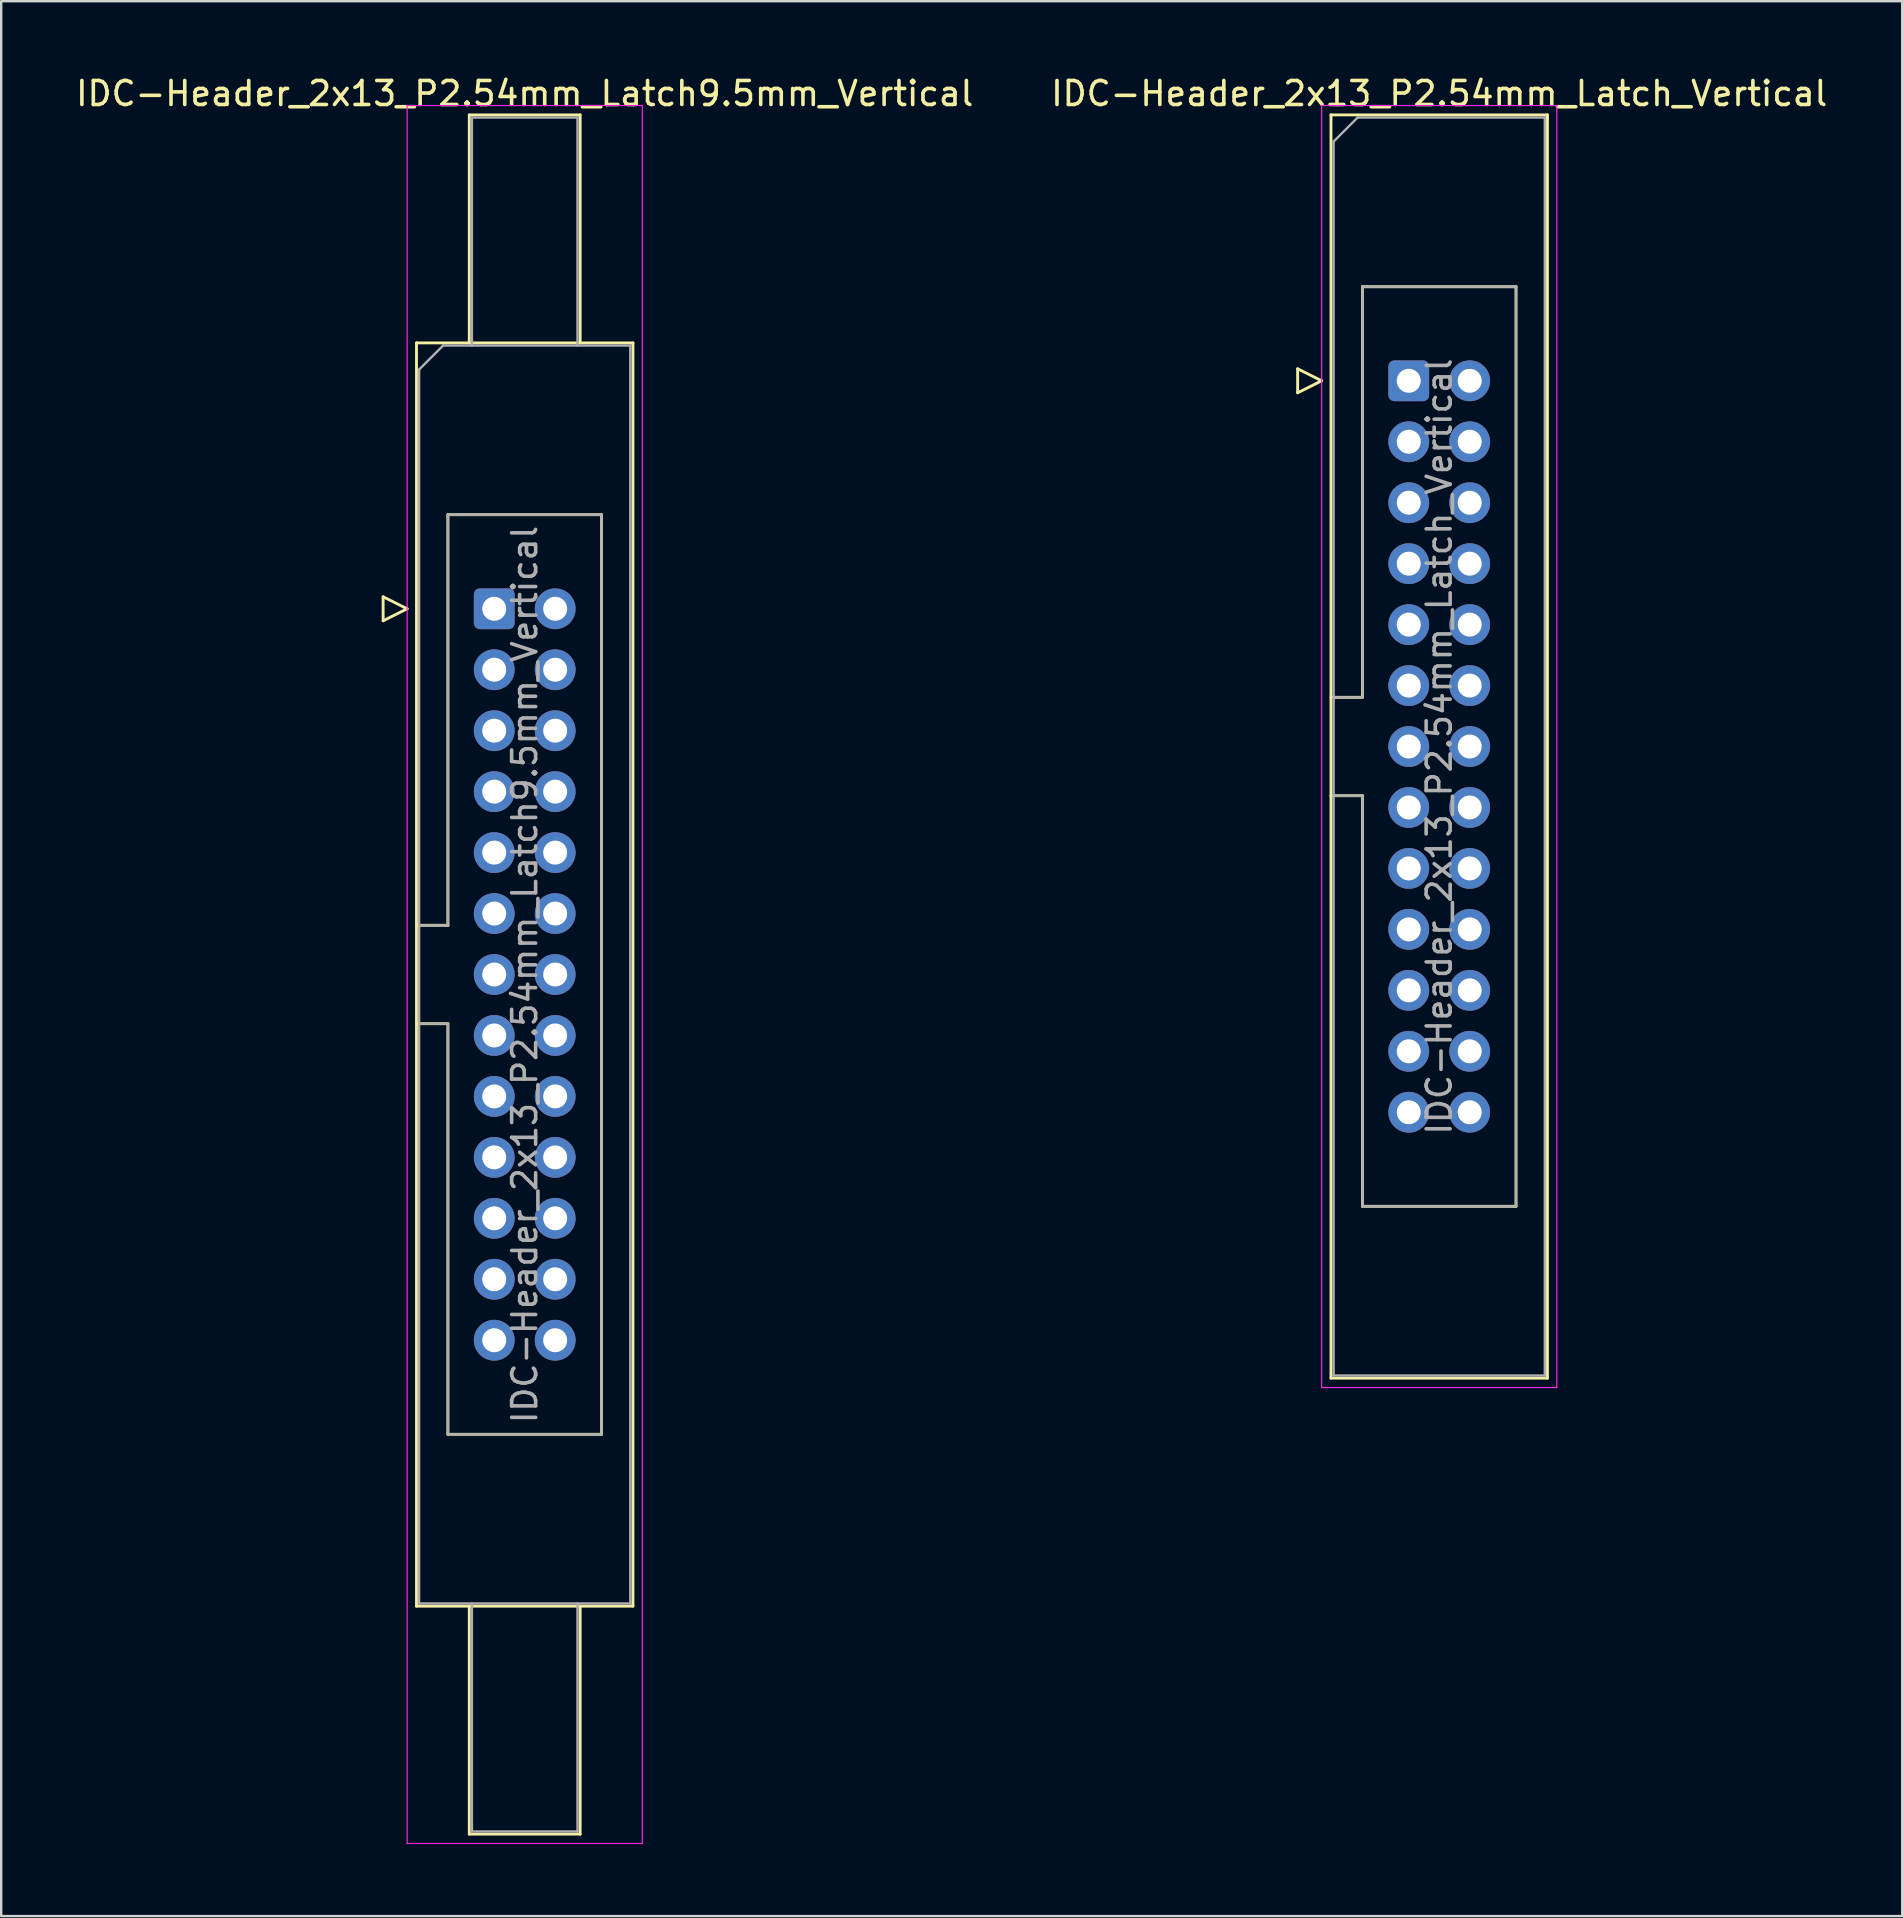
<source format=kicad_pcb>
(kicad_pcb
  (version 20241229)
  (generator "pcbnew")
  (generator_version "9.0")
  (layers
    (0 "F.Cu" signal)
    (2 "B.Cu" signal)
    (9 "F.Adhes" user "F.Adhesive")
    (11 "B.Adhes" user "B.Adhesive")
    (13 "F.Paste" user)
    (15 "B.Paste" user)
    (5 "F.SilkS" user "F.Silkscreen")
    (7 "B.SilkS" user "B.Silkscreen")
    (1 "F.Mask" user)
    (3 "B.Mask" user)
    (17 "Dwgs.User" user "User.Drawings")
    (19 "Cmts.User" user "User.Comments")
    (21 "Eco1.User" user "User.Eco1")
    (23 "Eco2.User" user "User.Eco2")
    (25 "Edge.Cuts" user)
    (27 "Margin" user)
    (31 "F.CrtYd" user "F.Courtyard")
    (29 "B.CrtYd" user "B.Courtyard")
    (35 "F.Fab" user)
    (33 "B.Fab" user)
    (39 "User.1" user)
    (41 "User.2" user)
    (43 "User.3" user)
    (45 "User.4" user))
  (footprint "IDC-Header_2x13_P2.54mm_Latch9.5mm_Vertical"
    (layer "F.Cu")
    (at 17.545 22.318)
    (property "Reference" "IDC-Header_2x13_P2.54mm_Latch9.5mm_Vertical" (at 1.27 -21.47 0) (layer "F.SilkS") (effects (font (size 1 1) (thickness 0.15))))
    (attr through_hole)
    (fp_line (start -4.63 -0.5) (end -4.63 0.5) (stroke (width 0.12) (type solid)) (layer "F.SilkS"))
    (fp_line (start -4.63 0.5) (end -3.63 0) (stroke (width 0.12) (type solid)) (layer "F.SilkS"))
    (fp_line (start -3.63 0) (end -4.63 -0.5) (stroke (width 0.12) (type solid)) (layer "F.SilkS"))
    (fp_line (start -3.24 -11.08) (end 5.78 -11.08) (stroke (width 0.12) (type solid)) (layer "F.SilkS"))
    (fp_line (start -3.24 13.19) (end -1.93 13.19) (stroke (width 0.12) (type solid)) (layer "F.SilkS"))
    (fp_line (start -3.24 41.56) (end -3.24 -11.08) (stroke (width 0.12) (type solid)) (layer "F.SilkS"))
    (fp_line (start -1.93 -3.92) (end 4.47 -3.92) (stroke (width 0.12) (type solid)) (layer "F.SilkS"))
    (fp_line (start -1.93 13.19) (end -1.93 -3.92) (stroke (width 0.12) (type solid)) (layer "F.SilkS"))
    (fp_line (start -1.93 17.29) (end -3.24 17.29) (stroke (width 0.12) (type solid)) (layer "F.SilkS"))
    (fp_line (start -1.93 34.4) (end -1.93 17.29) (stroke (width 0.12) (type solid)) (layer "F.SilkS"))
    (fp_line (start -1.04 -20.58) (end 3.58 -20.58) (stroke (width 0.12) (type solid)) (layer "F.SilkS"))
    (fp_line (start -1.04 -11.08) (end -1.04 -20.58) (stroke (width 0.12) (type solid)) (layer "F.SilkS"))
    (fp_line (start -1.04 41.56) (end -1.04 51.06) (stroke (width 0.12) (type solid)) (layer "F.SilkS"))
    (fp_line (start -1.04 51.06) (end 3.58 51.06) (stroke (width 0.12) (type solid)) (layer "F.SilkS"))
    (fp_line (start 3.58 -20.58) (end 3.58 -11.08) (stroke (width 0.12) (type solid)) (layer "F.SilkS"))
    (fp_line (start 3.58 51.06) (end 3.58 41.56) (stroke (width 0.12) (type solid)) (layer "F.SilkS"))
    (fp_line (start 4.47 -3.92) (end 4.47 34.4) (stroke (width 0.12) (type solid)) (layer "F.SilkS"))
    (fp_line (start 4.47 34.4) (end -1.93 34.4) (stroke (width 0.12) (type solid)) (layer "F.SilkS"))
    (fp_line (start 5.78 -11.08) (end 5.78 41.56) (stroke (width 0.12) (type solid)) (layer "F.SilkS"))
    (fp_line (start 5.78 41.56) (end -3.24 41.56) (stroke (width 0.12) (type solid)) (layer "F.SilkS"))
    (fp_line (start -3.63 -20.97) (end -3.63 51.45) (stroke (width 0.05) (type solid)) (layer "F.CrtYd"))
    (fp_line (start -3.63 51.45) (end 6.17 51.45) (stroke (width 0.05) (type solid)) (layer "F.CrtYd"))
    (fp_line (start 6.17 -20.97) (end -3.63 -20.97) (stroke (width 0.05) (type solid)) (layer "F.CrtYd"))
    (fp_line (start 6.17 51.45) (end 6.17 -20.97) (stroke (width 0.05) (type solid)) (layer "F.CrtYd"))
    (fp_line (start -3.13 -9.97) (end -2.13 -10.97) (stroke (width 0.1) (type solid)) (layer "F.Fab"))
    (fp_line (start -3.13 13.19) (end -1.93 13.19) (stroke (width 0.1) (type solid)) (layer "F.Fab"))
    (fp_line (start -3.13 41.45) (end -3.13 -9.97) (stroke (width 0.1) (type solid)) (layer "F.Fab"))
    (fp_line (start -2.13 -10.97) (end 5.67 -10.97) (stroke (width 0.1) (type solid)) (layer "F.Fab"))
    (fp_line (start -1.93 -3.92) (end 4.47 -3.92) (stroke (width 0.1) (type solid)) (layer "F.Fab"))
    (fp_line (start -1.93 13.19) (end -1.93 -3.92) (stroke (width 0.1) (type solid)) (layer "F.Fab"))
    (fp_line (start -1.93 17.29) (end -3.13 17.29) (stroke (width 0.1) (type solid)) (layer "F.Fab"))
    (fp_line (start -1.93 34.4) (end -1.93 17.29) (stroke (width 0.1) (type solid)) (layer "F.Fab"))
    (fp_line (start -0.93 -20.47) (end 3.47 -20.47) (stroke (width 0.1) (type solid)) (layer "F.Fab"))
    (fp_line (start -0.93 -10.97) (end -0.93 -20.47) (stroke (width 0.1) (type solid)) (layer "F.Fab"))
    (fp_line (start -0.93 41.45) (end -0.93 50.95) (stroke (width 0.1) (type solid)) (layer "F.Fab"))
    (fp_line (start -0.93 50.95) (end 3.47 50.95) (stroke (width 0.1) (type solid)) (layer "F.Fab"))
    (fp_line (start 3.47 -20.47) (end 3.47 -10.97) (stroke (width 0.1) (type solid)) (layer "F.Fab"))
    (fp_line (start 3.47 50.95) (end 3.47 41.45) (stroke (width 0.1) (type solid)) (layer "F.Fab"))
    (fp_line (start 4.47 -3.92) (end 4.47 34.4) (stroke (width 0.1) (type solid)) (layer "F.Fab"))
    (fp_line (start 4.47 34.4) (end -1.93 34.4) (stroke (width 0.1) (type solid)) (layer "F.Fab"))
    (fp_line (start 5.67 -10.97) (end 5.67 41.45) (stroke (width 0.1) (type solid)) (layer "F.Fab"))
    (fp_line (start 5.67 41.45) (end -3.13 41.45) (stroke (width 0.1) (type solid)) (layer "F.Fab"))
    (fp_text user "${REFERENCE}" (at 1.27 15.24 90) (layer "F.Fab") (effects (font (size 1 1) (thickness 0.15))))
    (pad "1" thru_hole roundrect (at 0 0) (size 1.7 1.7) (drill 1) (layers "*.Cu" "*.Mask") (roundrect_rratio 0.147))
    (pad "2" thru_hole circle (at 2.54 0) (size 1.7 1.7) (drill 1) (layers "*.Cu" "*.Mask"))
    (pad "3" thru_hole circle (at 0 2.54) (size 1.7 1.7) (drill 1) (layers "*.Cu" "*.Mask"))
    (pad "4" thru_hole circle (at 2.54 2.54) (size 1.7 1.7) (drill 1) (layers "*.Cu" "*.Mask"))
    (pad "5" thru_hole circle (at 0 5.08) (size 1.7 1.7) (drill 1) (layers "*.Cu" "*.Mask"))
    (pad "6" thru_hole circle (at 2.54 5.08) (size 1.7 1.7) (drill 1) (layers "*.Cu" "*.Mask"))
    (pad "7" thru_hole circle (at 0 7.62) (size 1.7 1.7) (drill 1) (layers "*.Cu" "*.Mask"))
    (pad "8" thru_hole circle (at 2.54 7.62) (size 1.7 1.7) (drill 1) (layers "*.Cu" "*.Mask"))
    (pad "9" thru_hole circle (at 0 10.16) (size 1.7 1.7) (drill 1) (layers "*.Cu" "*.Mask"))
    (pad "10" thru_hole circle (at 2.54 10.16) (size 1.7 1.7) (drill 1) (layers "*.Cu" "*.Mask"))
    (pad "11" thru_hole circle (at 0 12.7) (size 1.7 1.7) (drill 1) (layers "*.Cu" "*.Mask"))
    (pad "12" thru_hole circle (at 2.54 12.7) (size 1.7 1.7) (drill 1) (layers "*.Cu" "*.Mask"))
    (pad "13" thru_hole circle (at 0 15.24) (size 1.7 1.7) (drill 1) (layers "*.Cu" "*.Mask"))
    (pad "14" thru_hole circle (at 2.54 15.24) (size 1.7 1.7) (drill 1) (layers "*.Cu" "*.Mask"))
    (pad "15" thru_hole circle (at 0 17.78) (size 1.7 1.7) (drill 1) (layers "*.Cu" "*.Mask"))
    (pad "16" thru_hole circle (at 2.54 17.78) (size 1.7 1.7) (drill 1) (layers "*.Cu" "*.Mask"))
    (pad "17" thru_hole circle (at 0 20.32) (size 1.7 1.7) (drill 1) (layers "*.Cu" "*.Mask"))
    (pad "18" thru_hole circle (at 2.54 20.32) (size 1.7 1.7) (drill 1) (layers "*.Cu" "*.Mask"))
    (pad "19" thru_hole circle (at 0 22.86) (size 1.7 1.7) (drill 1) (layers "*.Cu" "*.Mask"))
    (pad "20" thru_hole circle (at 2.54 22.86) (size 1.7 1.7) (drill 1) (layers "*.Cu" "*.Mask"))
    (pad "21" thru_hole circle (at 0 25.4) (size 1.7 1.7) (drill 1) (layers "*.Cu" "*.Mask"))
    (pad "22" thru_hole circle (at 2.54 25.4) (size 1.7 1.7) (drill 1) (layers "*.Cu" "*.Mask"))
    (pad "23" thru_hole circle (at 0 27.94) (size 1.7 1.7) (drill 1) (layers "*.Cu" "*.Mask"))
    (pad "24" thru_hole circle (at 2.54 27.94) (size 1.7 1.7) (drill 1) (layers "*.Cu" "*.Mask"))
    (pad "25" thru_hole circle (at 0 30.48) (size 1.7 1.7) (drill 1) (layers "*.Cu" "*.Mask"))
    (pad "26" thru_hole circle (at 2.54 30.48) (size 1.7 1.7) (drill 1) (layers "*.Cu" "*.Mask")))
  (footprint "IDC-Header_2x13_P2.54mm_Latch_Vertical"
    (layer "F.Cu")
    (at 55.653 12.818)
    (property "Reference" "IDC-Header_2x13_P2.54mm_Latch_Vertical" (at 1.27 -11.97 0) (layer "F.SilkS") (effects (font (size 1 1) (thickness 0.15))))
    (attr through_hole)
    (fp_line (start -4.63 -0.5) (end -4.63 0.5) (stroke (width 0.12) (type solid)) (layer "F.SilkS"))
    (fp_line (start -4.63 0.5) (end -3.63 0) (stroke (width 0.12) (type solid)) (layer "F.SilkS"))
    (fp_line (start -3.63 0) (end -4.63 -0.5) (stroke (width 0.12) (type solid)) (layer "F.SilkS"))
    (fp_line (start -3.24 -11.08) (end 5.78 -11.08) (stroke (width 0.12) (type solid)) (layer "F.SilkS"))
    (fp_line (start -3.24 13.19) (end -1.93 13.19) (stroke (width 0.12) (type solid)) (layer "F.SilkS"))
    (fp_line (start -3.24 41.56) (end -3.24 -11.08) (stroke (width 0.12) (type solid)) (layer "F.SilkS"))
    (fp_line (start -1.93 -3.92) (end 4.47 -3.92) (stroke (width 0.12) (type solid)) (layer "F.SilkS"))
    (fp_line (start -1.93 13.19) (end -1.93 -3.92) (stroke (width 0.12) (type solid)) (layer "F.SilkS"))
    (fp_line (start -1.93 17.29) (end -3.24 17.29) (stroke (width 0.12) (type solid)) (layer "F.SilkS"))
    (fp_line (start -1.93 34.4) (end -1.93 17.29) (stroke (width 0.12) (type solid)) (layer "F.SilkS"))
    (fp_line (start 4.47 -3.92) (end 4.47 34.4) (stroke (width 0.12) (type solid)) (layer "F.SilkS"))
    (fp_line (start 4.47 34.4) (end -1.93 34.4) (stroke (width 0.12) (type solid)) (layer "F.SilkS"))
    (fp_line (start 5.78 -11.08) (end 5.78 41.56) (stroke (width 0.12) (type solid)) (layer "F.SilkS"))
    (fp_line (start 5.78 41.56) (end -3.24 41.56) (stroke (width 0.12) (type solid)) (layer "F.SilkS"))
    (fp_line (start -3.63 -11.47) (end -3.63 41.95) (stroke (width 0.05) (type solid)) (layer "F.CrtYd"))
    (fp_line (start -3.63 41.95) (end 6.17 41.95) (stroke (width 0.05) (type solid)) (layer "F.CrtYd"))
    (fp_line (start 6.17 -11.47) (end -3.63 -11.47) (stroke (width 0.05) (type solid)) (layer "F.CrtYd"))
    (fp_line (start 6.17 41.95) (end 6.17 -11.47) (stroke (width 0.05) (type solid)) (layer "F.CrtYd"))
    (fp_line (start -3.13 -9.97) (end -2.13 -10.97) (stroke (width 0.1) (type solid)) (layer "F.Fab"))
    (fp_line (start -3.13 13.19) (end -1.93 13.19) (stroke (width 0.1) (type solid)) (layer "F.Fab"))
    (fp_line (start -3.13 41.45) (end -3.13 -9.97) (stroke (width 0.1) (type solid)) (layer "F.Fab"))
    (fp_line (start -2.13 -10.97) (end 5.67 -10.97) (stroke (width 0.1) (type solid)) (layer "F.Fab"))
    (fp_line (start -1.93 -3.92) (end 4.47 -3.92) (stroke (width 0.1) (type solid)) (layer "F.Fab"))
    (fp_line (start -1.93 13.19) (end -1.93 -3.92) (stroke (width 0.1) (type solid)) (layer "F.Fab"))
    (fp_line (start -1.93 17.29) (end -3.13 17.29) (stroke (width 0.1) (type solid)) (layer "F.Fab"))
    (fp_line (start -1.93 34.4) (end -1.93 17.29) (stroke (width 0.1) (type solid)) (layer "F.Fab"))
    (fp_line (start 4.47 -3.92) (end 4.47 34.4) (stroke (width 0.1) (type solid)) (layer "F.Fab"))
    (fp_line (start 4.47 34.4) (end -1.93 34.4) (stroke (width 0.1) (type solid)) (layer "F.Fab"))
    (fp_line (start 5.67 -10.97) (end 5.67 41.45) (stroke (width 0.1) (type solid)) (layer "F.Fab"))
    (fp_line (start 5.67 41.45) (end -3.13 41.45) (stroke (width 0.1) (type solid)) (layer "F.Fab"))
    (fp_text user "${REFERENCE}" (at 1.27 15.24 90) (layer "F.Fab") (effects (font (size 1 1) (thickness 0.15))))
    (pad "1" thru_hole roundrect (at 0 0) (size 1.7 1.7) (drill 1) (layers "*.Cu" "*.Mask") (roundrect_rratio 0.147))
    (pad "2" thru_hole circle (at 2.54 0) (size 1.7 1.7) (drill 1) (layers "*.Cu" "*.Mask"))
    (pad "3" thru_hole circle (at 0 2.54) (size 1.7 1.7) (drill 1) (layers "*.Cu" "*.Mask"))
    (pad "4" thru_hole circle (at 2.54 2.54) (size 1.7 1.7) (drill 1) (layers "*.Cu" "*.Mask"))
    (pad "5" thru_hole circle (at 0 5.08) (size 1.7 1.7) (drill 1) (layers "*.Cu" "*.Mask"))
    (pad "6" thru_hole circle (at 2.54 5.08) (size 1.7 1.7) (drill 1) (layers "*.Cu" "*.Mask"))
    (pad "7" thru_hole circle (at 0 7.62) (size 1.7 1.7) (drill 1) (layers "*.Cu" "*.Mask"))
    (pad "8" thru_hole circle (at 2.54 7.62) (size 1.7 1.7) (drill 1) (layers "*.Cu" "*.Mask"))
    (pad "9" thru_hole circle (at 0 10.16) (size 1.7 1.7) (drill 1) (layers "*.Cu" "*.Mask"))
    (pad "10" thru_hole circle (at 2.54 10.16) (size 1.7 1.7) (drill 1) (layers "*.Cu" "*.Mask"))
    (pad "11" thru_hole circle (at 0 12.7) (size 1.7 1.7) (drill 1) (layers "*.Cu" "*.Mask"))
    (pad "12" thru_hole circle (at 2.54 12.7) (size 1.7 1.7) (drill 1) (layers "*.Cu" "*.Mask"))
    (pad "13" thru_hole circle (at 0 15.24) (size 1.7 1.7) (drill 1) (layers "*.Cu" "*.Mask"))
    (pad "14" thru_hole circle (at 2.54 15.24) (size 1.7 1.7) (drill 1) (layers "*.Cu" "*.Mask"))
    (pad "15" thru_hole circle (at 0 17.78) (size 1.7 1.7) (drill 1) (layers "*.Cu" "*.Mask"))
    (pad "16" thru_hole circle (at 2.54 17.78) (size 1.7 1.7) (drill 1) (layers "*.Cu" "*.Mask"))
    (pad "17" thru_hole circle (at 0 20.32) (size 1.7 1.7) (drill 1) (layers "*.Cu" "*.Mask"))
    (pad "18" thru_hole circle (at 2.54 20.32) (size 1.7 1.7) (drill 1) (layers "*.Cu" "*.Mask"))
    (pad "19" thru_hole circle (at 0 22.86) (size 1.7 1.7) (drill 1) (layers "*.Cu" "*.Mask"))
    (pad "20" thru_hole circle (at 2.54 22.86) (size 1.7 1.7) (drill 1) (layers "*.Cu" "*.Mask"))
    (pad "21" thru_hole circle (at 0 25.4) (size 1.7 1.7) (drill 1) (layers "*.Cu" "*.Mask"))
    (pad "22" thru_hole circle (at 2.54 25.4) (size 1.7 1.7) (drill 1) (layers "*.Cu" "*.Mask"))
    (pad "23" thru_hole circle (at 0 27.94) (size 1.7 1.7) (drill 1) (layers "*.Cu" "*.Mask"))
    (pad "24" thru_hole circle (at 2.54 27.94) (size 1.7 1.7) (drill 1) (layers "*.Cu" "*.Mask"))
    (pad "25" thru_hole circle (at 0 30.48) (size 1.7 1.7) (drill 1) (layers "*.Cu" "*.Mask"))
    (pad "26" thru_hole circle (at 2.54 30.48) (size 1.7 1.7) (drill 1) (layers "*.Cu" "*.Mask")))
  (gr_rect
    (start -3 -3)
    (end 76.214 76.793)
    (stroke (width 0.1) (type default))
    (fill no)
    (layer "Edge.Cuts")))
</source>
